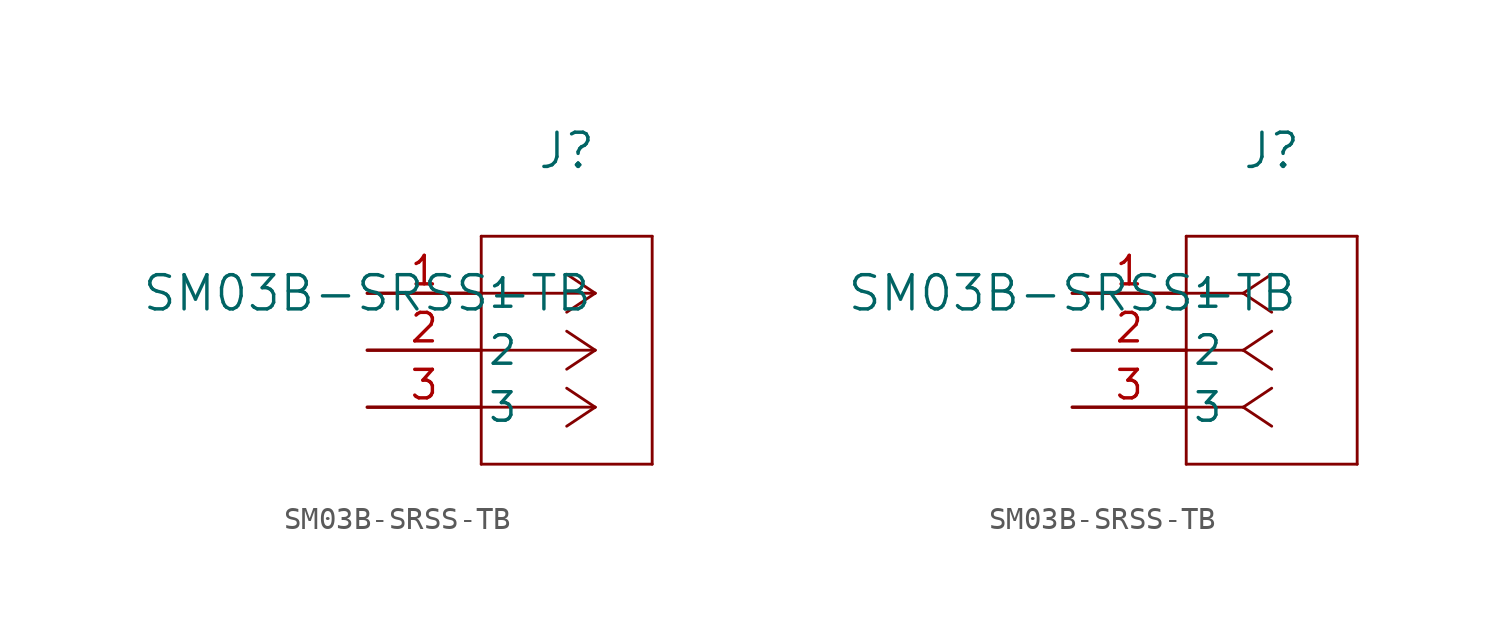
<source format=kicad_sym>
(kicad_symbol_lib
  (version 20211014)
  (generator kicad_symbol_editor)
  (symbol "SM03B-SRSS-TB"
    (pin_names
      (offset 0.254))
    (property "Reference" "J"
      (at 8.89 6.35 0)
      (effects (font (size 1.524 1.524))))
    (property "Value" "SM03B-SRSS-TB"
      (at 0 0 0)
      (effects (font (size 1.524 1.524))))
    (symbol "SM03B-SRSS-TB_1_1"
      (polyline (pts (xy 10.16 0) (xy 5.08 0)) (stroke (width 0.127) (type default) (color 0 0 0 0)) (fill (type none)))
      (polyline (pts (xy 10.16 -2.54) (xy 5.08 -2.54)) (stroke (width 0.127) (type default) (color 0 0 0 0)) (fill (type none)))
      (polyline (pts (xy 10.16 -5.08) (xy 5.08 -5.08)) (stroke (width 0.127) (type default) (color 0 0 0 0)) (fill (type none)))
      (polyline (pts (xy 10.16 0) (xy 8.89 0.847)) (stroke (width 0.127) (type default) (color 0 0 0 0)) (fill (type none)))
      (polyline (pts (xy 10.16 -2.54) (xy 8.89 -1.693)) (stroke (width 0.127) (type default) (color 0 0 0 0)) (fill (type none)))
      (polyline (pts (xy 10.16 -5.08) (xy 8.89 -4.233)) (stroke (width 0.127) (type default) (color 0 0 0 0)) (fill (type none)))
      (polyline (pts (xy 10.16 0) (xy 8.89 -0.847)) (stroke (width 0.127) (type default) (color 0 0 0 0)) (fill (type none)))
      (polyline (pts (xy 10.16 -2.54) (xy 8.89 -3.387)) (stroke (width 0.127) (type default) (color 0 0 0 0)) (fill (type none)))
      (polyline (pts (xy 10.16 -5.08) (xy 8.89 -5.927)) (stroke (width 0.127) (type default) (color 0 0 0 0)) (fill (type none)))
      (polyline (pts (xy 5.08 2.54) (xy 5.08 -7.62)) (stroke (width 0.127) (type default) (color 0 0 0 0)) (fill (type none)))
      (polyline (pts (xy 5.08 -7.62) (xy 12.7 -7.62)) (stroke (width 0.127) (type default) (color 0 0 0 0)) (fill (type none)))
      (polyline (pts (xy 12.7 -7.62) (xy 12.7 2.54)) (stroke (width 0.127) (type default) (color 0 0 0 0)) (fill (type none)))
      (polyline (pts (xy 12.7 2.54) (xy 5.08 2.54)) (stroke (width 0.127) (type default) (color 0 0 0 0)) (fill (type none)))
      (pin unspecified line (at 0 0 0) (length 5.08) (name "1" (effects (font (size 1.27 1.27)))) (number "1" (effects (font (size 1.27 1.27)))))
      (pin unspecified line (at 0 -2.54 0) (length 5.08) (name "2" (effects (font (size 1.27 1.27)))) (number "2" (effects (font (size 1.27 1.27)))))
      (pin unspecified line (at 0 -5.08 0) (length 5.08) (name "3" (effects (font (size 1.27 1.27)))) (number "3" (effects (font (size 1.27 1.27))))))
    (symbol "SM03B-SRSS-TB_1_2"
      (polyline (pts (xy 7.62 0) (xy 5.08 0)) (stroke (width 0.127) (type default) (color 0 0 0 0)) (fill (type none)))
      (polyline (pts (xy 7.62 -2.54) (xy 5.08 -2.54)) (stroke (width 0.127) (type default) (color 0 0 0 0)) (fill (type none)))
      (polyline (pts (xy 7.62 -5.08) (xy 5.08 -5.08)) (stroke (width 0.127) (type default) (color 0 0 0 0)) (fill (type none)))
      (polyline (pts (xy 7.62 0) (xy 8.89 0.847)) (stroke (width 0.127) (type default) (color 0 0 0 0)) (fill (type none)))
      (polyline (pts (xy 7.62 -2.54) (xy 8.89 -1.693)) (stroke (width 0.127) (type default) (color 0 0 0 0)) (fill (type none)))
      (polyline (pts (xy 7.62 -5.08) (xy 8.89 -4.233)) (stroke (width 0.127) (type default) (color 0 0 0 0)) (fill (type none)))
      (polyline (pts (xy 7.62 0) (xy 8.89 -0.847)) (stroke (width 0.127) (type default) (color 0 0 0 0)) (fill (type none)))
      (polyline (pts (xy 7.62 -2.54) (xy 8.89 -3.387)) (stroke (width 0.127) (type default) (color 0 0 0 0)) (fill (type none)))
      (polyline (pts (xy 7.62 -5.08) (xy 8.89 -5.927)) (stroke (width 0.127) (type default) (color 0 0 0 0)) (fill (type none)))
      (polyline (pts (xy 5.08 2.54) (xy 5.08 -7.62)) (stroke (width 0.127) (type default) (color 0 0 0 0)) (fill (type none)))
      (polyline (pts (xy 5.08 -7.62) (xy 12.7 -7.62)) (stroke (width 0.127) (type default) (color 0 0 0 0)) (fill (type none)))
      (polyline (pts (xy 12.7 -7.62) (xy 12.7 2.54)) (stroke (width 0.127) (type default) (color 0 0 0 0)) (fill (type none)))
      (polyline (pts (xy 12.7 2.54) (xy 5.08 2.54)) (stroke (width 0.127) (type default) (color 0 0 0 0)) (fill (type none)))
      (pin unspecified line (at 0 0 0) (length 5.08) (name "1" (effects (font (size 1.27 1.27)))) (number "1" (effects (font (size 1.27 1.27)))))
      (pin unspecified line (at 0 -2.54 0) (length 5.08) (name "2" (effects (font (size 1.27 1.27)))) (number "2" (effects (font (size 1.27 1.27)))))
      (pin unspecified line (at 0 -5.08 0) (length 5.08) (name "3" (effects (font (size 1.27 1.27)))) (number "3" (effects (font (size 1.27 1.27))))))))
</source>
